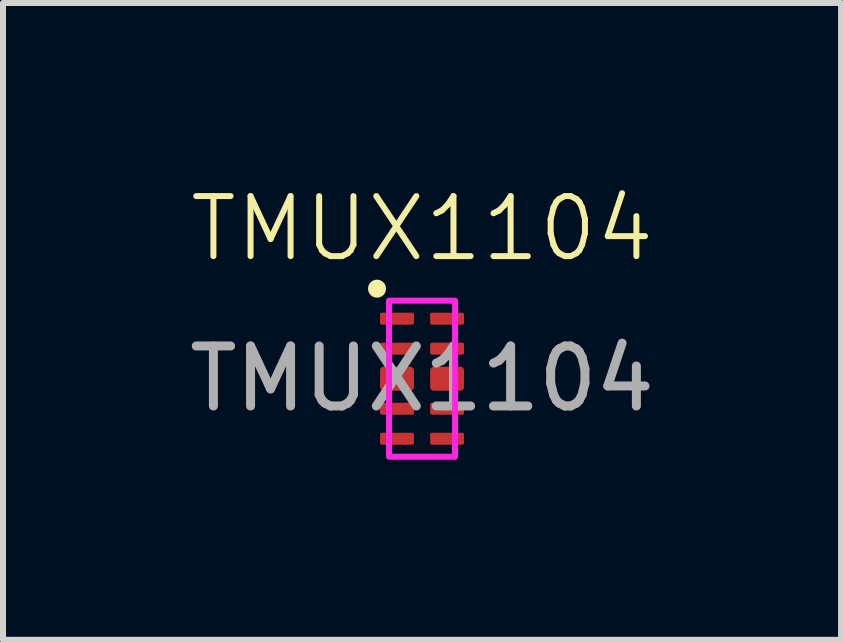
<source format=kicad_pcb>
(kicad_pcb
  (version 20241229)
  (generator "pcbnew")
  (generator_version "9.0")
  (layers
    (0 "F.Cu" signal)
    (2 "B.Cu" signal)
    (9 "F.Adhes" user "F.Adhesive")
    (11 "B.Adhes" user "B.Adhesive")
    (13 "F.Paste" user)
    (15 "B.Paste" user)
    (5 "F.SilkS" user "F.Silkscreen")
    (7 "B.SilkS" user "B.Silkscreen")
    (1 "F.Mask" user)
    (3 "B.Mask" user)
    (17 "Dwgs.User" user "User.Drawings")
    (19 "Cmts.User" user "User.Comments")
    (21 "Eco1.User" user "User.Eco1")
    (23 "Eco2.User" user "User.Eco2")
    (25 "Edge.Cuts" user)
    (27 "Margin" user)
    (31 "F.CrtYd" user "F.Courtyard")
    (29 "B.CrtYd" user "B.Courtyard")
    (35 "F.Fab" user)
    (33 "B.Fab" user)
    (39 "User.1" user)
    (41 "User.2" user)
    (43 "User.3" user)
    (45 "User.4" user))
  (footprint "TMUX1104"
    (layer "F.Cu")
    (at 3.982 3.26)
    (property "Reference" "TMUX1104" (at 0 -2.5 0) (unlocked yes) (layer "F.SilkS") (effects (font (size 1 1) (thickness 0.1))))
    (attr smd)
    (fp_circle (center -0.75 -1.5) (end -0.65 -1.5) (stroke (width 0.1) (type solid)) (fill yes) (layer "F.SilkS"))
    (fp_rect (start -0.55 -1.3) (end 0.55 1.3) (stroke (width 0.1) (type solid)) (fill no) (layer "F.CrtYd"))
    (fp_text user "${REFERENCE}" (at 0 0 0) (unlocked yes) (layer "F.Fab") (effects (font (size 1 1) (thickness 0.15))))
    (pad "1" smd roundrect (at -0.417 -1) (size 0.565 0.2) (layers "F.Cu" "F.Mask" "F.Paste") (roundrect_rratio 0.15))
    (pad "2" smd roundrect (at -0.417 -0.5) (size 0.565 0.2) (layers "F.Cu" "F.Mask" "F.Paste") (roundrect_rratio 0.15))
    (pad "3" smd roundrect (at -0.417 0) (size 0.565 0.4) (layers "F.Cu" "F.Mask" "F.Paste") (roundrect_rratio 0.15))
    (pad "4" smd roundrect (at -0.417 0.5) (size 0.565 0.2) (layers "F.Cu" "F.Mask" "F.Paste") (roundrect_rratio 0.15))
    (pad "5" smd roundrect (at -0.417 1) (size 0.565 0.2) (layers "F.Cu" "F.Mask" "F.Paste") (roundrect_rratio 0.15))
    (pad "6" smd roundrect (at 0.417 1) (size 0.565 0.2) (layers "F.Cu" "F.Mask" "F.Paste") (roundrect_rratio 0.15))
    (pad "7" smd roundrect (at 0.417 0.5) (size 0.565 0.2) (layers "F.Cu" "F.Mask" "F.Paste") (roundrect_rratio 0.15))
    (pad "8" smd roundrect (at 0.417 0) (size 0.565 0.4) (layers "F.Cu" "F.Mask" "F.Paste") (roundrect_rratio 0.15))
    (pad "9" smd roundrect (at 0.417 -0.5) (size 0.565 0.2) (layers "F.Cu" "F.Mask" "F.Paste") (roundrect_rratio 0.15))
    (pad "10" smd roundrect (at 0.417 -1) (size 0.565 0.2) (layers "F.Cu" "F.Mask" "F.Paste") (roundrect_rratio 0.15)))
  (gr_rect
    (start -3 -3)
    (end 10.964 7.611)
    (stroke (width 0.1) (type default))
    (fill no)
    (layer "Edge.Cuts")))
</source>
